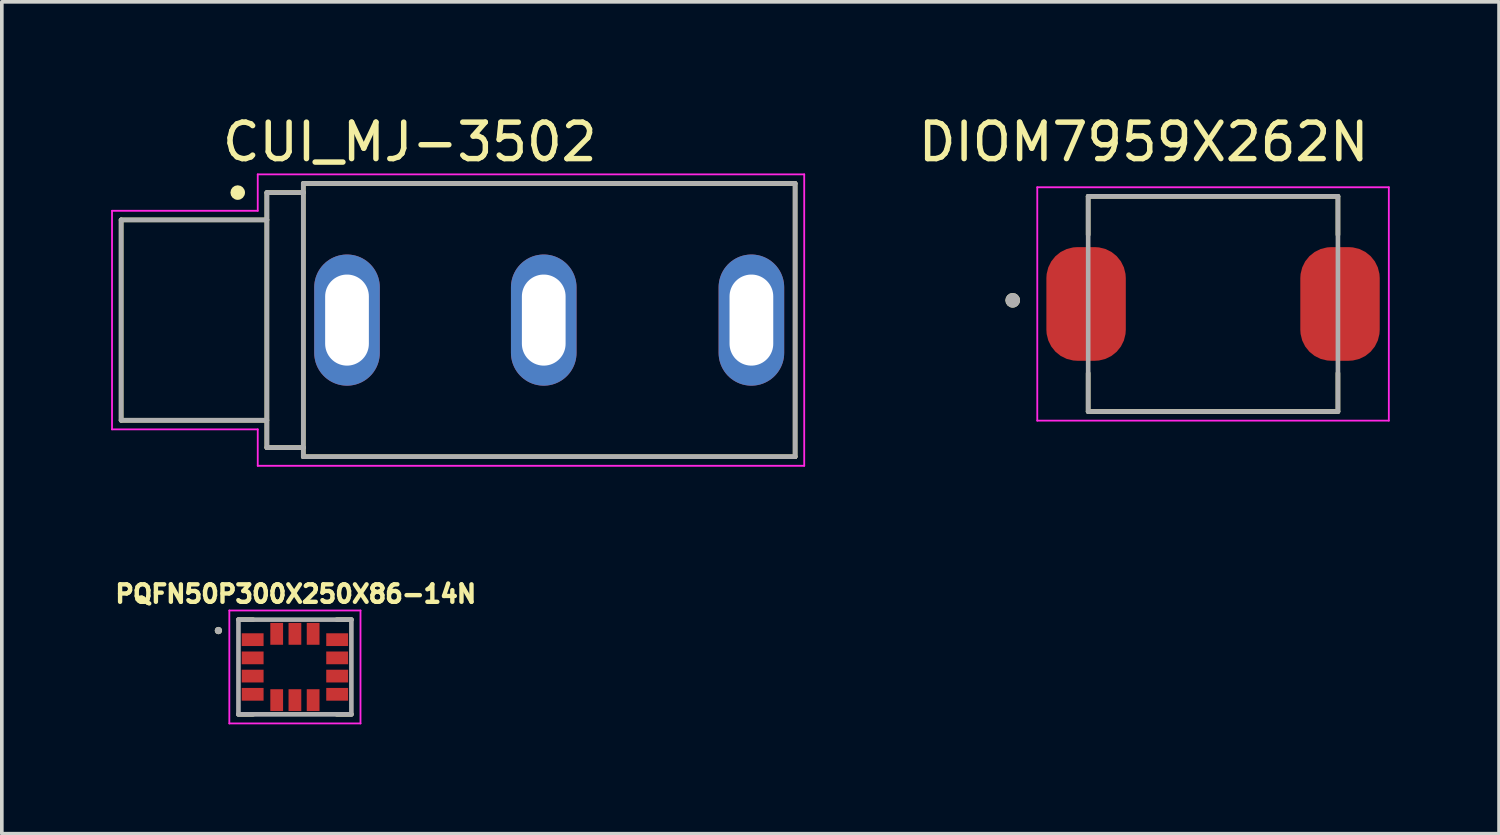
<source format=kicad_pcb>
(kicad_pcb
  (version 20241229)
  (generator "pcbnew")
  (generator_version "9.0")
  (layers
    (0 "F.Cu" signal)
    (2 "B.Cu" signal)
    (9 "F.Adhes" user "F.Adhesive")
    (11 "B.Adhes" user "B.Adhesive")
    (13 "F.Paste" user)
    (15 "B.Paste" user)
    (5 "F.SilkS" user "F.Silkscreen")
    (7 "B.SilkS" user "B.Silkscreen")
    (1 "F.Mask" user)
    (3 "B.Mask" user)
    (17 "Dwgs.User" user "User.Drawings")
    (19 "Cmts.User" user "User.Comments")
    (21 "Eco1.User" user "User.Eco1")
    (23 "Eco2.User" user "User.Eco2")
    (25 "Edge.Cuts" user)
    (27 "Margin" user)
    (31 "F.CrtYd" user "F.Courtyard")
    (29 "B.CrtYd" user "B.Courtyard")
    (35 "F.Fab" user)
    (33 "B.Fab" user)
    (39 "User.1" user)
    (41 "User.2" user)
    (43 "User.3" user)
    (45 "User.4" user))
  (footprint "DIOM7959X262N"
    (layer "F.Cu")
    (at 30.247 5.293)
    (property "Reference" "DIOM7959X262N" (at -1.905 -4.445 0) (layer "F.SilkS") (effects (font (size 1 1) (thickness 0.15))))
    (attr smd)
    (fp_line (start -3.428 -2.953) (end 3.428 -2.953) (stroke (width 0.127) (type solid)) (layer "F.SilkS"))
    (fp_line (start -3.428 -1.9) (end -3.428 -2.953) (stroke (width 0.127) (type solid)) (layer "F.SilkS"))
    (fp_line (start -3.428 1.9) (end -3.428 2.953) (stroke (width 0.127) (type solid)) (layer "F.SilkS"))
    (fp_line (start -3.428 2.953) (end 3.428 2.953) (stroke (width 0.127) (type solid)) (layer "F.SilkS"))
    (fp_line (start 3.428 -2.953) (end 3.428 -1.9) (stroke (width 0.127) (type solid)) (layer "F.SilkS"))
    (fp_line (start 3.428 2.953) (end 3.428 1.9) (stroke (width 0.127) (type solid)) (layer "F.SilkS"))
    (fp_circle (center -5.5 -0.1) (end -5.4 -0.1) (stroke (width 0.2) (type solid)) (fill no) (layer "F.SilkS"))
    (fp_line (start -4.825 -3.203) (end 4.825 -3.203) (stroke (width 0.05) (type solid)) (layer "F.CrtYd"))
    (fp_line (start -4.825 3.203) (end -4.825 -3.203) (stroke (width 0.05) (type solid)) (layer "F.CrtYd"))
    (fp_line (start 4.825 -3.203) (end 4.825 3.203) (stroke (width 0.05) (type solid)) (layer "F.CrtYd"))
    (fp_line (start 4.825 3.203) (end -4.825 3.203) (stroke (width 0.05) (type solid)) (layer "F.CrtYd"))
    (fp_line (start -3.428 -2.953) (end 3.428 -2.953) (stroke (width 0.127) (type solid)) (layer "F.Fab"))
    (fp_line (start -3.428 2.953) (end -3.428 -2.953) (stroke (width 0.127) (type solid)) (layer "F.Fab"))
    (fp_line (start 3.428 -2.953) (end 3.428 2.953) (stroke (width 0.127) (type solid)) (layer "F.Fab"))
    (fp_line (start 3.428 2.953) (end -3.428 2.953) (stroke (width 0.127) (type solid)) (layer "F.Fab"))
    (fp_circle (center -5.5 -0.1) (end -5.4 -0.1) (stroke (width 0.2) (type solid)) (fill no) (layer "F.Fab"))
    (pad "1" smd roundrect (at -3.485 0) (size 2.18 3.12) (layers "F.Cu" "F.Mask" "F.Paste") (roundrect_rratio 0.39))
    (pad "2" smd roundrect (at 3.485 0) (size 2.18 3.12) (layers "F.Cu" "F.Mask" "F.Paste") (roundrect_rratio 0.39)))
  (footprint "PQFN50P300X250X86-14N"
    (layer "F.Cu")
    (at 5.045 15.258)
    (property "Reference" "PQFN50P300X250X86-14N" (at 0.024 -2.005 0) (layer "F.SilkS") (effects (font (size 0.48 0.48) (thickness 0.15))))
    (attr smd)
    (fp_line (start -1.55 1.3) (end -1.15 1.3) (stroke (width 0.127) (type solid)) (layer "F.SilkS"))
    (fp_line (start -1.15 -1.3) (end -1.55 -1.3) (stroke (width 0.127) (type solid)) (layer "F.SilkS"))
    (fp_line (start 1.55 -1.3) (end 1.15 -1.3) (stroke (width 0.127) (type solid)) (layer "F.SilkS"))
    (fp_line (start 1.55 1.3) (end 1.15 1.3) (stroke (width 0.127) (type solid)) (layer "F.SilkS"))
    (fp_circle (center -2.1 -1) (end -2.05 -1) (stroke (width 0.1) (type solid)) (fill no) (layer "F.SilkS"))
    (fp_line (start -1.8 -1.55) (end -1.8 1.55) (stroke (width 0.05) (type solid)) (layer "F.CrtYd"))
    (fp_line (start -1.8 1.55) (end 1.8 1.55) (stroke (width 0.05) (type solid)) (layer "F.CrtYd"))
    (fp_line (start 1.8 -1.55) (end -1.8 -1.55) (stroke (width 0.05) (type solid)) (layer "F.CrtYd"))
    (fp_line (start 1.8 1.55) (end 1.8 -1.55) (stroke (width 0.05) (type solid)) (layer "F.CrtYd"))
    (fp_line (start -1.55 -1.3) (end 1.55 -1.3) (stroke (width 0.127) (type solid)) (layer "F.Fab"))
    (fp_line (start -1.55 1.3) (end -1.55 -1.3) (stroke (width 0.127) (type solid)) (layer "F.Fab"))
    (fp_line (start 1.55 -1.3) (end 1.55 1.3) (stroke (width 0.127) (type solid)) (layer "F.Fab"))
    (fp_line (start 1.55 1.3) (end -1.55 1.3) (stroke (width 0.127) (type solid)) (layer "F.Fab"))
    (fp_circle (center -2.1 -1) (end -2.05 -1) (stroke (width 0.1) (type solid)) (fill no) (layer "F.Fab"))
    (pad "1" smd rect (at -1.16 -0.75) (size 0.6 0.35) (layers "F.Cu" "F.Mask" "F.Paste"))
    (pad "2" smd rect (at -1.16 -0.25) (size 0.6 0.35) (layers "F.Cu" "F.Mask" "F.Paste"))
    (pad "3" smd rect (at -1.16 0.25) (size 0.6 0.35) (layers "F.Cu" "F.Mask" "F.Paste"))
    (pad "4" smd rect (at -1.16 0.75) (size 0.6 0.35) (layers "F.Cu" "F.Mask" "F.Paste"))
    (pad "5" smd rect (at -0.5 0.91 90) (size 0.6 0.35) (layers "F.Cu" "F.Mask" "F.Paste"))
    (pad "6" smd rect (at 0 0.91 90) (size 0.6 0.35) (layers "F.Cu" "F.Mask" "F.Paste"))
    (pad "7" smd rect (at 0.5 0.91 90) (size 0.6 0.35) (layers "F.Cu" "F.Mask" "F.Paste"))
    (pad "8" smd rect (at 1.16 0.75) (size 0.6 0.35) (layers "F.Cu" "F.Mask" "F.Paste"))
    (pad "9" smd rect (at 1.16 0.25) (size 0.6 0.35) (layers "F.Cu" "F.Mask" "F.Paste"))
    (pad "10" smd rect (at 1.16 -0.25) (size 0.6 0.35) (layers "F.Cu" "F.Mask" "F.Paste"))
    (pad "11" smd rect (at 1.16 -0.75) (size 0.6 0.35) (layers "F.Cu" "F.Mask" "F.Paste"))
    (pad "12" smd rect (at 0.5 -0.91 90) (size 0.6 0.35) (layers "F.Cu" "F.Mask" "F.Paste"))
    (pad "13" smd rect (at 0 -0.91 90) (size 0.6 0.35) (layers "F.Cu" "F.Mask" "F.Paste"))
    (pad "14" smd rect (at -0.5 -0.91 90) (size 0.6 0.35) (layers "F.Cu" "F.Mask" "F.Paste")))
  (footprint "CUI_MJ-3502"
    (layer "F.Cu")
    (at 12.025 5.736)
    (property "Reference" "CUI_MJ-3502" (at -3.827 -4.888 0) (layer "F.SilkS") (effects (font (size 1.001 1.001) (thickness 0.15))))
    (attr through_hole)
    (fp_line (start -11.75 -2.75) (end -11.75 2.75) (stroke (width 0.127) (type solid)) (layer "F.SilkS"))
    (fp_line (start -11.75 2.75) (end -7.75 2.75) (stroke (width 0.127) (type solid)) (layer "F.SilkS"))
    (fp_line (start -7.75 -3.5) (end -7.75 -2.75) (stroke (width 0.127) (type solid)) (layer "F.SilkS"))
    (fp_line (start -7.75 -2.75) (end -11.75 -2.75) (stroke (width 0.127) (type solid)) (layer "F.SilkS"))
    (fp_line (start -7.75 -2.75) (end -7.75 2.75) (stroke (width 0.127) (type solid)) (layer "F.SilkS"))
    (fp_line (start -7.75 2.75) (end -7.75 3.5) (stroke (width 0.127) (type solid)) (layer "F.SilkS"))
    (fp_line (start -7.75 3.5) (end -6.75 3.5) (stroke (width 0.127) (type solid)) (layer "F.SilkS"))
    (fp_line (start -6.75 -3.75) (end 6.75 -3.75) (stroke (width 0.127) (type solid)) (layer "F.SilkS"))
    (fp_line (start -6.75 -3.5) (end -7.75 -3.5) (stroke (width 0.127) (type solid)) (layer "F.SilkS"))
    (fp_line (start -6.75 -3.5) (end -6.75 -3.75) (stroke (width 0.127) (type solid)) (layer "F.SilkS"))
    (fp_line (start -6.75 3.5) (end -6.75 -3.5) (stroke (width 0.127) (type solid)) (layer "F.SilkS"))
    (fp_line (start -6.75 3.75) (end -6.75 3.5) (stroke (width 0.127) (type solid)) (layer "F.SilkS"))
    (fp_line (start 6.75 -3.75) (end 6.75 3.75) (stroke (width 0.127) (type solid)) (layer "F.SilkS"))
    (fp_line (start 6.75 3.75) (end -6.75 3.75) (stroke (width 0.127) (type solid)) (layer "F.SilkS"))
    (fp_circle (center -8.55 -3.5) (end -8.45 -3.5) (stroke (width 0.2) (type solid)) (fill no) (layer "F.SilkS"))
    (fp_line (start -12 -3) (end -8 -3) (stroke (width 0.05) (type solid)) (layer "F.CrtYd"))
    (fp_line (start -12 3) (end -12 -3) (stroke (width 0.05) (type solid)) (layer "F.CrtYd"))
    (fp_line (start -8 -4) (end 7 -4) (stroke (width 0.05) (type solid)) (layer "F.CrtYd"))
    (fp_line (start -8 -3) (end -8 -4) (stroke (width 0.05) (type solid)) (layer "F.CrtYd"))
    (fp_line (start -8 3) (end -12 3) (stroke (width 0.05) (type solid)) (layer "F.CrtYd"))
    (fp_line (start -8 4) (end -8 3) (stroke (width 0.05) (type solid)) (layer "F.CrtYd"))
    (fp_line (start 7 -4) (end 7 4) (stroke (width 0.05) (type solid)) (layer "F.CrtYd"))
    (fp_line (start 7 4) (end -8 4) (stroke (width 0.05) (type solid)) (layer "F.CrtYd"))
    (fp_line (start -11.75 -2.75) (end -11.75 2.75) (stroke (width 0.127) (type solid)) (layer "F.Fab"))
    (fp_line (start -11.75 2.75) (end -7.8 2.75) (stroke (width 0.127) (type solid)) (layer "F.Fab"))
    (fp_line (start -7.75 -3.5) (end -7.75 -2.75) (stroke (width 0.127) (type solid)) (layer "F.Fab"))
    (fp_line (start -7.75 -2.75) (end -11.75 -2.75) (stroke (width 0.127) (type solid)) (layer "F.Fab"))
    (fp_line (start -7.75 -2.75) (end -7.75 3.5) (stroke (width 0.127) (type solid)) (layer "F.Fab"))
    (fp_line (start -7.75 3.5) (end -6.75 3.5) (stroke (width 0.127) (type solid)) (layer "F.Fab"))
    (fp_line (start -6.75 -3.75) (end 6.75 -3.75) (stroke (width 0.127) (type solid)) (layer "F.Fab"))
    (fp_line (start -6.75 -3.5) (end -7.75 -3.5) (stroke (width 0.127) (type solid)) (layer "F.Fab"))
    (fp_line (start -6.75 -3.5) (end -6.75 -3.75) (stroke (width 0.127) (type solid)) (layer "F.Fab"))
    (fp_line (start -6.75 3.5) (end -6.75 -3.5) (stroke (width 0.127) (type solid)) (layer "F.Fab"))
    (fp_line (start -6.75 3.75) (end -6.75 3.5) (stroke (width 0.127) (type solid)) (layer "F.Fab"))
    (fp_line (start 6.75 -3.75) (end 6.75 3.75) (stroke (width 0.127) (type solid)) (layer "F.Fab"))
    (fp_line (start 6.75 3.75) (end -6.75 3.75) (stroke (width 0.127) (type solid)) (layer "F.Fab"))
    (pad "1" thru_hole oval (at -5.55 0) (size 1.8 3.6) (drill oval 1.2 2.5) (layers "*.Cu" "*.Mask"))
    (pad "2" thru_hole oval (at -0.15 0) (size 1.8 3.6) (drill oval 1.2 2.5) (layers "*.Cu" "*.Mask"))
    (pad "3" thru_hole oval (at 5.55 0) (size 1.8 3.6) (drill oval 1.2 2.5) (layers "*.Cu" "*.Mask")))
  (gr_rect
    (start -3 -3)
    (end 38.097 19.833)
    (stroke (width 0.1) (type default))
    (fill no)
    (layer "Edge.Cuts")))
</source>
